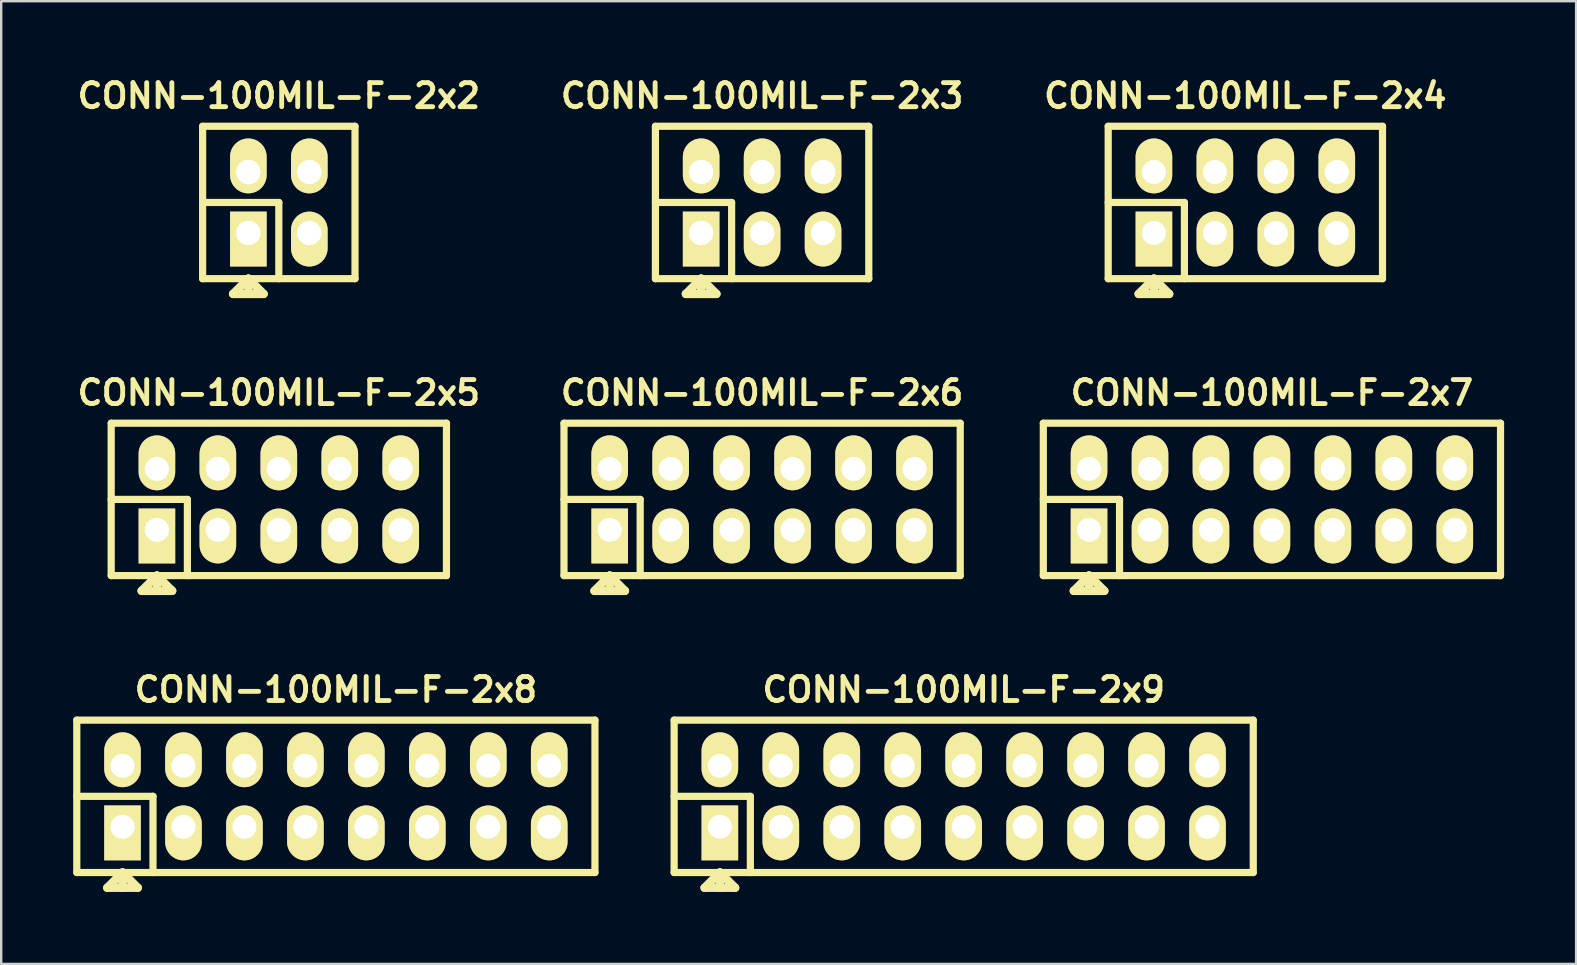
<source format=kicad_pcb>
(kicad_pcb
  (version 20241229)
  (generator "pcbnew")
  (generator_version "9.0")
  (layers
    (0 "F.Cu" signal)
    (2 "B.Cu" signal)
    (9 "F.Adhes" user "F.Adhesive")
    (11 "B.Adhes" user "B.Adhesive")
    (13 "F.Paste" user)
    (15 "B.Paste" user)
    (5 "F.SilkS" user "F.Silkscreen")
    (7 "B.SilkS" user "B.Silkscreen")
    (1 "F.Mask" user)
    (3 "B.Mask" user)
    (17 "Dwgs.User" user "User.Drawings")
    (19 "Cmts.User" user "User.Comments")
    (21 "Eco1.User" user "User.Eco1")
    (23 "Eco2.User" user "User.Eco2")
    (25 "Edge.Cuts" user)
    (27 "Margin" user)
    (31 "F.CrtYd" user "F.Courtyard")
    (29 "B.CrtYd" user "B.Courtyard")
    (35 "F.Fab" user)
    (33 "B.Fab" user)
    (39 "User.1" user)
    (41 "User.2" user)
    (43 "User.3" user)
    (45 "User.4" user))
  (footprint "CONN-100MIL-F-2x2"
    (layer "F.Cu")
    (at 8.568 5.387)
    (property "Reference" "CONN-100MIL-F-2x2" (at 0 -4.445 0) (layer "F.SilkS") (effects (font (size 1.001 1.001) (thickness 0.203))))
    (attr through_hole)
    (fp_line (start -3.175 -3.175) (end 3.175 -3.175) (stroke (width 0.3) (type solid)) (layer "F.SilkS"))
    (fp_line (start -3.175 0) (end 0 0) (stroke (width 0.3) (type solid)) (layer "F.SilkS"))
    (fp_line (start -3.175 3.175) (end -3.175 -3.175) (stroke (width 0.3) (type solid)) (layer "F.SilkS"))
    (fp_line (start -1.905 3.81) (end -0.635 3.81) (stroke (width 0.35) (type solid)) (layer "F.SilkS"))
    (fp_line (start -1.27 3.175) (end -1.905 3.81) (stroke (width 0.35) (type solid)) (layer "F.SilkS"))
    (fp_line (start -1.27 3.175) (end -1.27 3.81) (stroke (width 0.35) (type solid)) (layer "F.SilkS"))
    (fp_line (start -0.635 3.81) (end -1.27 3.175) (stroke (width 0.35) (type solid)) (layer "F.SilkS"))
    (fp_line (start 0 0) (end 0 3.175) (stroke (width 0.3) (type solid)) (layer "F.SilkS"))
    (fp_line (start 3.175 -3.175) (end 3.175 3.175) (stroke (width 0.3) (type solid)) (layer "F.SilkS"))
    (fp_line (start 3.175 3.175) (end -3.175 3.175) (stroke (width 0.3) (type solid)) (layer "F.SilkS"))
    (pad "1" thru_hole rect (at -1.27 1.27) (size 1.524 2.286) (drill 1.016 (offset 0 0.254)) (layers "*.Cu" "*.Mask" "F.SilkS"))
    (pad "2" thru_hole oval (at -1.27 -1.27) (size 1.524 2.286) (drill 1.016 (offset 0 -0.254)) (layers "*.Cu" "*.Mask" "F.SilkS"))
    (pad "3" thru_hole oval (at 1.27 1.27) (size 1.524 2.286) (drill 1.016 (offset 0 0.254)) (layers "*.Cu" "*.Mask" "F.SilkS"))
    (pad "4" thru_hole oval (at 1.27 -1.27) (size 1.524 2.286) (drill 1.016 (offset 0 -0.254)) (layers "*.Cu" "*.Mask" "F.SilkS")))
  (footprint "CONN-100MIL-F-2x3"
    (layer "F.Cu")
    (at 28.705 5.387)
    (property "Reference" "CONN-100MIL-F-2x3" (at 0 -4.445 0) (layer "F.SilkS") (effects (font (size 1.001 1.001) (thickness 0.203))))
    (attr through_hole)
    (fp_line (start -4.445 -3.175) (end 4.445 -3.175) (stroke (width 0.3) (type solid)) (layer "F.SilkS"))
    (fp_line (start -4.445 0) (end -1.27 0) (stroke (width 0.3) (type solid)) (layer "F.SilkS"))
    (fp_line (start -4.445 3.175) (end -4.445 -3.175) (stroke (width 0.3) (type solid)) (layer "F.SilkS"))
    (fp_line (start -3.175 3.81) (end -1.905 3.81) (stroke (width 0.35) (type solid)) (layer "F.SilkS"))
    (fp_line (start -2.54 3.175) (end -3.175 3.81) (stroke (width 0.35) (type solid)) (layer "F.SilkS"))
    (fp_line (start -2.54 3.175) (end -2.54 3.81) (stroke (width 0.35) (type solid)) (layer "F.SilkS"))
    (fp_line (start -1.905 3.81) (end -2.54 3.175) (stroke (width 0.35) (type solid)) (layer "F.SilkS"))
    (fp_line (start -1.27 0) (end -1.27 3.175) (stroke (width 0.3) (type solid)) (layer "F.SilkS"))
    (fp_line (start 4.445 -3.175) (end 4.445 3.175) (stroke (width 0.3) (type solid)) (layer "F.SilkS"))
    (fp_line (start 4.445 3.175) (end -4.445 3.175) (stroke (width 0.3) (type solid)) (layer "F.SilkS"))
    (pad "1" thru_hole rect (at -2.54 1.27) (size 1.524 2.286) (drill 1.016 (offset 0 0.254)) (layers "*.Cu" "*.Mask" "F.SilkS"))
    (pad "2" thru_hole oval (at -2.54 -1.27) (size 1.524 2.286) (drill 1.016 (offset 0 -0.254)) (layers "*.Cu" "*.Mask" "F.SilkS"))
    (pad "3" thru_hole oval (at 0 1.27) (size 1.524 2.286) (drill 1.016 (offset 0 0.254)) (layers "*.Cu" "*.Mask" "F.SilkS"))
    (pad "4" thru_hole oval (at 0 -1.27) (size 1.524 2.286) (drill 1.016 (offset 0 -0.254)) (layers "*.Cu" "*.Mask" "F.SilkS"))
    (pad "5" thru_hole oval (at 2.54 1.27) (size 1.524 2.286) (drill 1.016 (offset 0 0.254)) (layers "*.Cu" "*.Mask" "F.SilkS"))
    (pad "6" thru_hole oval (at 2.54 -1.27) (size 1.524 2.286) (drill 1.016 (offset 0 -0.254)) (layers "*.Cu" "*.Mask" "F.SilkS")))
  (footprint "CONN-100MIL-F-2x5"
    (layer "F.Cu")
    (at 8.568 17.759)
    (property "Reference" "CONN-100MIL-F-2x5" (at 0 -4.445 0) (layer "F.SilkS") (effects (font (size 1.001 1.001) (thickness 0.203))))
    (attr through_hole)
    (fp_line (start -6.985 -3.175) (end 6.985 -3.175) (stroke (width 0.3) (type solid)) (layer "F.SilkS"))
    (fp_line (start -6.985 0) (end -3.81 0) (stroke (width 0.3) (type solid)) (layer "F.SilkS"))
    (fp_line (start -6.985 3.175) (end -6.985 -3.175) (stroke (width 0.3) (type solid)) (layer "F.SilkS"))
    (fp_line (start -5.715 3.81) (end -4.445 3.81) (stroke (width 0.35) (type solid)) (layer "F.SilkS"))
    (fp_line (start -5.08 3.175) (end -5.715 3.81) (stroke (width 0.35) (type solid)) (layer "F.SilkS"))
    (fp_line (start -5.08 3.175) (end -5.08 3.81) (stroke (width 0.35) (type solid)) (layer "F.SilkS"))
    (fp_line (start -4.445 3.81) (end -5.08 3.175) (stroke (width 0.35) (type solid)) (layer "F.SilkS"))
    (fp_line (start -3.81 0) (end -3.81 3.175) (stroke (width 0.3) (type solid)) (layer "F.SilkS"))
    (fp_line (start 6.985 -3.175) (end 6.985 3.175) (stroke (width 0.3) (type solid)) (layer "F.SilkS"))
    (fp_line (start 6.985 3.175) (end -6.985 3.175) (stroke (width 0.3) (type solid)) (layer "F.SilkS"))
    (pad "1" thru_hole rect (at -5.08 1.27) (size 1.524 2.286) (drill 1 (offset 0 0.254)) (layers "*.Cu" "*.Mask" "F.SilkS"))
    (pad "2" thru_hole oval (at -5.08 -1.27) (size 1.524 2.286) (drill 1 (offset 0 -0.254)) (layers "*.Cu" "*.Mask" "F.SilkS"))
    (pad "3" thru_hole oval (at -2.54 1.27) (size 1.524 2.286) (drill 1 (offset 0 0.254)) (layers "*.Cu" "*.Mask" "F.SilkS"))
    (pad "4" thru_hole oval (at -2.54 -1.27) (size 1.524 2.286) (drill 1 (offset 0 -0.254)) (layers "*.Cu" "*.Mask" "F.SilkS"))
    (pad "5" thru_hole oval (at 0 1.27) (size 1.524 2.286) (drill 1 (offset 0 0.254)) (layers "*.Cu" "*.Mask" "F.SilkS"))
    (pad "6" thru_hole oval (at 0 -1.27) (size 1.524 2.286) (drill 1 (offset 0 -0.254)) (layers "*.Cu" "*.Mask" "F.SilkS"))
    (pad "7" thru_hole oval (at 2.54 1.27) (size 1.524 2.286) (drill 1 (offset 0 0.254)) (layers "*.Cu" "*.Mask" "F.SilkS"))
    (pad "8" thru_hole oval (at 2.54 -1.27) (size 1.524 2.286) (drill 1 (offset 0 -0.254)) (layers "*.Cu" "*.Mask" "F.SilkS"))
    (pad "9" thru_hole oval (at 5.08 1.27) (size 1.524 2.286) (drill 1 (offset 0 0.254)) (layers "*.Cu" "*.Mask" "F.SilkS"))
    (pad "10" thru_hole oval (at 5.08 -1.27) (size 1.524 2.286) (drill 1 (offset 0 -0.254)) (layers "*.Cu" "*.Mask" "F.SilkS")))
  (footprint "CONN-100MIL-F-2x8"
    (layer "F.Cu")
    (at 10.945 30.131)
    (property "Reference" "CONN-100MIL-F-2x8" (at 0 -4.445 0) (layer "F.SilkS") (effects (font (size 1.001 1.001) (thickness 0.203))))
    (attr through_hole)
    (fp_line (start -10.795 -3.175) (end 10.795 -3.175) (stroke (width 0.3) (type solid)) (layer "F.SilkS"))
    (fp_line (start -10.795 0) (end -7.62 0) (stroke (width 0.3) (type solid)) (layer "F.SilkS"))
    (fp_line (start -10.795 3.175) (end -10.795 -3.175) (stroke (width 0.3) (type solid)) (layer "F.SilkS"))
    (fp_line (start -9.525 3.81) (end -8.255 3.81) (stroke (width 0.35) (type solid)) (layer "F.SilkS"))
    (fp_line (start -8.89 3.175) (end -9.525 3.81) (stroke (width 0.35) (type solid)) (layer "F.SilkS"))
    (fp_line (start -8.89 3.175) (end -8.89 3.81) (stroke (width 0.35) (type solid)) (layer "F.SilkS"))
    (fp_line (start -8.255 3.81) (end -8.89 3.175) (stroke (width 0.35) (type solid)) (layer "F.SilkS"))
    (fp_line (start -7.62 0) (end -7.62 3.175) (stroke (width 0.3) (type solid)) (layer "F.SilkS"))
    (fp_line (start 10.795 -3.175) (end 10.795 3.175) (stroke (width 0.3) (type solid)) (layer "F.SilkS"))
    (fp_line (start 10.795 3.175) (end -10.795 3.175) (stroke (width 0.3) (type solid)) (layer "F.SilkS"))
    (pad "1" thru_hole rect (at -8.89 1.27) (size 1.524 2.286) (drill 1 (offset 0 0.254)) (layers "*.Cu" "*.Mask" "F.SilkS"))
    (pad "2" thru_hole oval (at -8.89 -1.27) (size 1.524 2.286) (drill 1 (offset 0 -0.254)) (layers "*.Cu" "*.Mask" "F.SilkS"))
    (pad "3" thru_hole oval (at -6.35 1.27) (size 1.524 2.286) (drill 1 (offset 0 0.254)) (layers "*.Cu" "*.Mask" "F.SilkS"))
    (pad "4" thru_hole oval (at -6.35 -1.27) (size 1.524 2.286) (drill 1 (offset 0 -0.254)) (layers "*.Cu" "*.Mask" "F.SilkS"))
    (pad "5" thru_hole oval (at -3.81 1.27) (size 1.524 2.286) (drill 1 (offset 0 0.254)) (layers "*.Cu" "*.Mask" "F.SilkS"))
    (pad "6" thru_hole oval (at -3.81 -1.27) (size 1.524 2.286) (drill 1 (offset 0 -0.254)) (layers "*.Cu" "*.Mask" "F.SilkS"))
    (pad "7" thru_hole oval (at -1.27 1.27) (size 1.524 2.286) (drill 1 (offset 0 0.254)) (layers "*.Cu" "*.Mask" "F.SilkS"))
    (pad "8" thru_hole oval (at -1.27 -1.27) (size 1.524 2.286) (drill 1 (offset 0 -0.254)) (layers "*.Cu" "*.Mask" "F.SilkS"))
    (pad "9" thru_hole oval (at 1.27 1.27) (size 1.524 2.286) (drill 1 (offset 0 0.254)) (layers "*.Cu" "*.Mask" "F.SilkS"))
    (pad "10" thru_hole oval (at 1.27 -1.27) (size 1.524 2.286) (drill 1 (offset 0 -0.254)) (layers "*.Cu" "*.Mask" "F.SilkS"))
    (pad "11" thru_hole oval (at 3.81 1.27) (size 1.524 2.286) (drill 1 (offset 0 0.254)) (layers "*.Cu" "*.Mask" "F.SilkS"))
    (pad "12" thru_hole oval (at 3.81 -1.27) (size 1.524 2.286) (drill 1 (offset 0 -0.254)) (layers "*.Cu" "*.Mask" "F.SilkS"))
    (pad "13" thru_hole oval (at 6.35 1.27) (size 1.524 2.286) (drill 1 (offset 0 0.254)) (layers "*.Cu" "*.Mask" "F.SilkS"))
    (pad "14" thru_hole oval (at 6.35 -1.27) (size 1.524 2.286) (drill 1 (offset 0 -0.254)) (layers "*.Cu" "*.Mask" "F.SilkS"))
    (pad "15" thru_hole oval (at 8.89 1.27) (size 1.524 2.286) (drill 1 (offset 0 0.254)) (layers "*.Cu" "*.Mask" "F.SilkS"))
    (pad "16" thru_hole oval (at 8.89 -1.27) (size 1.524 2.286) (drill 1 (offset 0 -0.254)) (layers "*.Cu" "*.Mask" "F.SilkS")))
  (footprint "CONN-100MIL-F-2x4"
    (layer "F.Cu")
    (at 48.841 5.387)
    (property "Reference" "CONN-100MIL-F-2x4" (at 0 -4.445 0) (layer "F.SilkS") (effects (font (size 1.001 1.001) (thickness 0.203))))
    (attr through_hole)
    (fp_line (start -5.715 -3.175) (end 5.715 -3.175) (stroke (width 0.3) (type solid)) (layer "F.SilkS"))
    (fp_line (start -5.715 0) (end -2.54 0) (stroke (width 0.3) (type solid)) (layer "F.SilkS"))
    (fp_line (start -5.715 3.175) (end -5.715 -3.175) (stroke (width 0.3) (type solid)) (layer "F.SilkS"))
    (fp_line (start -4.445 3.81) (end -3.175 3.81) (stroke (width 0.35) (type solid)) (layer "F.SilkS"))
    (fp_line (start -3.81 3.175) (end -4.445 3.81) (stroke (width 0.35) (type solid)) (layer "F.SilkS"))
    (fp_line (start -3.81 3.175) (end -3.81 3.81) (stroke (width 0.35) (type solid)) (layer "F.SilkS"))
    (fp_line (start -3.175 3.81) (end -3.81 3.175) (stroke (width 0.35) (type solid)) (layer "F.SilkS"))
    (fp_line (start -2.54 0) (end -2.54 3.175) (stroke (width 0.3) (type solid)) (layer "F.SilkS"))
    (fp_line (start 5.715 -3.175) (end 5.715 3.175) (stroke (width 0.3) (type solid)) (layer "F.SilkS"))
    (fp_line (start 5.715 3.175) (end -5.715 3.175) (stroke (width 0.3) (type solid)) (layer "F.SilkS"))
    (pad "1" thru_hole rect (at -3.81 1.27) (size 1.524 2.286) (drill 1 (offset 0 0.254)) (layers "*.Cu" "*.Mask" "F.SilkS"))
    (pad "2" thru_hole oval (at -3.81 -1.27) (size 1.524 2.286) (drill 1 (offset 0 -0.254)) (layers "*.Cu" "*.Mask" "F.SilkS"))
    (pad "3" thru_hole oval (at -1.27 1.27) (size 1.524 2.286) (drill 1 (offset 0 0.254)) (layers "*.Cu" "*.Mask" "F.SilkS"))
    (pad "4" thru_hole oval (at -1.27 -1.27) (size 1.524 2.286) (drill 1 (offset 0 -0.254)) (layers "*.Cu" "*.Mask" "F.SilkS"))
    (pad "5" thru_hole oval (at 1.27 1.27) (size 1.524 2.286) (drill 1 (offset 0 0.254)) (layers "*.Cu" "*.Mask" "F.SilkS"))
    (pad "6" thru_hole oval (at 1.27 -1.27) (size 1.524 2.286) (drill 1 (offset 0 -0.254)) (layers "*.Cu" "*.Mask" "F.SilkS"))
    (pad "7" thru_hole oval (at 3.81 1.27) (size 1.524 2.286) (drill 1 (offset 0 0.254)) (layers "*.Cu" "*.Mask" "F.SilkS"))
    (pad "8" thru_hole oval (at 3.81 -1.27) (size 1.524 2.286) (drill 1 (offset 0 -0.254)) (layers "*.Cu" "*.Mask" "F.SilkS")))
  (footprint "CONN-100MIL-F-2x7"
    (layer "F.Cu")
    (at 49.948 17.759)
    (property "Reference" "CONN-100MIL-F-2x7" (at 0 -4.445 0) (layer "F.SilkS") (effects (font (size 1.001 1.001) (thickness 0.203))))
    (attr through_hole)
    (fp_line (start -9.525 -3.175) (end 9.525 -3.175) (stroke (width 0.3) (type solid)) (layer "F.SilkS"))
    (fp_line (start -9.525 0) (end -6.35 0) (stroke (width 0.3) (type solid)) (layer "F.SilkS"))
    (fp_line (start -9.525 3.175) (end -9.525 -3.175) (stroke (width 0.3) (type solid)) (layer "F.SilkS"))
    (fp_line (start -8.255 3.81) (end -6.985 3.81) (stroke (width 0.35) (type solid)) (layer "F.SilkS"))
    (fp_line (start -7.62 3.175) (end -8.255 3.81) (stroke (width 0.35) (type solid)) (layer "F.SilkS"))
    (fp_line (start -7.62 3.175) (end -7.62 3.81) (stroke (width 0.35) (type solid)) (layer "F.SilkS"))
    (fp_line (start -6.985 3.81) (end -7.62 3.175) (stroke (width 0.35) (type solid)) (layer "F.SilkS"))
    (fp_line (start -6.35 0) (end -6.35 3.175) (stroke (width 0.3) (type solid)) (layer "F.SilkS"))
    (fp_line (start 9.525 -3.175) (end 9.525 3.175) (stroke (width 0.3) (type solid)) (layer "F.SilkS"))
    (fp_line (start 9.525 3.175) (end -9.525 3.175) (stroke (width 0.3) (type solid)) (layer "F.SilkS"))
    (pad "1" thru_hole rect (at -7.62 1.27) (size 1.524 2.286) (drill 1 (offset 0 0.254)) (layers "*.Cu" "*.Mask" "F.SilkS"))
    (pad "2" thru_hole oval (at -7.62 -1.27) (size 1.524 2.286) (drill 1 (offset 0 -0.254)) (layers "*.Cu" "*.Mask" "F.SilkS"))
    (pad "3" thru_hole oval (at -5.08 1.27) (size 1.524 2.286) (drill 1 (offset 0 0.254)) (layers "*.Cu" "*.Mask" "F.SilkS"))
    (pad "4" thru_hole oval (at -5.08 -1.27) (size 1.524 2.286) (drill 1 (offset 0 -0.254)) (layers "*.Cu" "*.Mask" "F.SilkS"))
    (pad "5" thru_hole oval (at -2.54 1.27) (size 1.524 2.286) (drill 1 (offset 0 0.254)) (layers "*.Cu" "*.Mask" "F.SilkS"))
    (pad "6" thru_hole oval (at -2.54 -1.27) (size 1.524 2.286) (drill 1 (offset 0 -0.254)) (layers "*.Cu" "*.Mask" "F.SilkS"))
    (pad "7" thru_hole oval (at 0 1.27) (size 1.524 2.286) (drill 1 (offset 0 0.254)) (layers "*.Cu" "*.Mask" "F.SilkS"))
    (pad "8" thru_hole oval (at 0 -1.27) (size 1.524 2.286) (drill 1 (offset 0 -0.254)) (layers "*.Cu" "*.Mask" "F.SilkS"))
    (pad "9" thru_hole oval (at 2.54 1.27) (size 1.524 2.286) (drill 1 (offset 0 0.254)) (layers "*.Cu" "*.Mask" "F.SilkS"))
    (pad "10" thru_hole oval (at 2.54 -1.27) (size 1.524 2.286) (drill 1 (offset 0 -0.254)) (layers "*.Cu" "*.Mask" "F.SilkS"))
    (pad "11" thru_hole oval (at 5.08 1.27) (size 1.524 2.286) (drill 1 (offset 0 0.254)) (layers "*.Cu" "*.Mask" "F.SilkS"))
    (pad "12" thru_hole oval (at 5.08 -1.27) (size 1.524 2.286) (drill 1 (offset 0 -0.254)) (layers "*.Cu" "*.Mask" "F.SilkS"))
    (pad "13" thru_hole oval (at 7.62 1.27) (size 1.524 2.286) (drill 1 (offset 0 0.254)) (layers "*.Cu" "*.Mask" "F.SilkS"))
    (pad "14" thru_hole oval (at 7.62 -1.27) (size 1.524 2.286) (drill 1 (offset 0 -0.254)) (layers "*.Cu" "*.Mask" "F.SilkS")))
  (footprint "CONN-100MIL-F-2x9"
    (layer "F.Cu")
    (at 37.105 30.131)
    (property "Reference" "CONN-100MIL-F-2x9" (at 0 -4.445 0) (layer "F.SilkS") (effects (font (size 1.001 1.001) (thickness 0.203))))
    (attr through_hole)
    (fp_line (start -12.065 -3.175) (end 12.065 -3.175) (stroke (width 0.3) (type solid)) (layer "F.SilkS"))
    (fp_line (start -12.065 0) (end -8.89 0) (stroke (width 0.3) (type solid)) (layer "F.SilkS"))
    (fp_line (start -12.065 3.175) (end -12.065 -3.175) (stroke (width 0.3) (type solid)) (layer "F.SilkS"))
    (fp_line (start -10.795 3.81) (end -9.525 3.81) (stroke (width 0.35) (type solid)) (layer "F.SilkS"))
    (fp_line (start -10.16 3.175) (end -10.795 3.81) (stroke (width 0.35) (type solid)) (layer "F.SilkS"))
    (fp_line (start -10.16 3.175) (end -10.16 3.81) (stroke (width 0.35) (type solid)) (layer "F.SilkS"))
    (fp_line (start -9.525 3.81) (end -10.16 3.175) (stroke (width 0.35) (type solid)) (layer "F.SilkS"))
    (fp_line (start -8.89 0) (end -8.89 3.175) (stroke (width 0.3) (type solid)) (layer "F.SilkS"))
    (fp_line (start 12.065 -3.175) (end 12.065 3.175) (stroke (width 0.3) (type solid)) (layer "F.SilkS"))
    (fp_line (start 12.065 3.175) (end -12.065 3.175) (stroke (width 0.3) (type solid)) (layer "F.SilkS"))
    (pad "1" thru_hole rect (at -10.16 1.27) (size 1.524 2.286) (drill 1 (offset 0 0.254)) (layers "*.Cu" "*.Mask" "F.SilkS"))
    (pad "2" thru_hole oval (at -10.16 -1.27) (size 1.524 2.286) (drill 1 (offset 0 -0.254)) (layers "*.Cu" "*.Mask" "F.SilkS"))
    (pad "3" thru_hole oval (at -7.62 1.27) (size 1.524 2.286) (drill 1 (offset 0 0.254)) (layers "*.Cu" "*.Mask" "F.SilkS"))
    (pad "4" thru_hole oval (at -7.62 -1.27) (size 1.524 2.286) (drill 1 (offset 0 -0.254)) (layers "*.Cu" "*.Mask" "F.SilkS"))
    (pad "5" thru_hole oval (at -5.08 1.27) (size 1.524 2.286) (drill 1 (offset 0 0.254)) (layers "*.Cu" "*.Mask" "F.SilkS"))
    (pad "6" thru_hole oval (at -5.08 -1.27) (size 1.524 2.286) (drill 1 (offset 0 -0.254)) (layers "*.Cu" "*.Mask" "F.SilkS"))
    (pad "7" thru_hole oval (at -2.54 1.27) (size 1.524 2.286) (drill 1 (offset 0 0.254)) (layers "*.Cu" "*.Mask" "F.SilkS"))
    (pad "8" thru_hole oval (at -2.54 -1.27) (size 1.524 2.286) (drill 1 (offset 0 -0.254)) (layers "*.Cu" "*.Mask" "F.SilkS"))
    (pad "9" thru_hole oval (at 0 1.27) (size 1.524 2.286) (drill 1 (offset 0 0.254)) (layers "*.Cu" "*.Mask" "F.SilkS"))
    (pad "10" thru_hole oval (at 0 -1.27) (size 1.524 2.286) (drill 1 (offset 0 -0.254)) (layers "*.Cu" "*.Mask" "F.SilkS"))
    (pad "11" thru_hole oval (at 2.54 1.27) (size 1.524 2.286) (drill 1 (offset 0 0.254)) (layers "*.Cu" "*.Mask" "F.SilkS"))
    (pad "12" thru_hole oval (at 2.54 -1.27) (size 1.524 2.286) (drill 1 (offset 0 -0.254)) (layers "*.Cu" "*.Mask" "F.SilkS"))
    (pad "13" thru_hole oval (at 5.08 1.27) (size 1.524 2.286) (drill 1 (offset 0 0.254)) (layers "*.Cu" "*.Mask" "F.SilkS"))
    (pad "14" thru_hole oval (at 5.08 -1.27) (size 1.524 2.286) (drill 1 (offset 0 -0.254)) (layers "*.Cu" "*.Mask" "F.SilkS"))
    (pad "15" thru_hole oval (at 7.62 1.27) (size 1.524 2.286) (drill 1 (offset 0 0.254)) (layers "*.Cu" "*.Mask" "F.SilkS"))
    (pad "16" thru_hole oval (at 7.62 -1.27) (size 1.524 2.286) (drill 1 (offset 0 -0.254)) (layers "*.Cu" "*.Mask" "F.SilkS"))
    (pad "17" thru_hole oval (at 10.16 1.27) (size 1.524 2.286) (drill 1 (offset 0 0.254)) (layers "*.Cu" "*.Mask" "F.SilkS"))
    (pad "18" thru_hole oval (at 10.16 -1.27) (size 1.524 2.286) (drill 1 (offset 0 -0.254)) (layers "*.Cu" "*.Mask" "F.SilkS")))
  (footprint "CONN-100MIL-F-2x6"
    (layer "F.Cu")
    (at 28.705 17.759)
    (property "Reference" "CONN-100MIL-F-2x6" (at 0 -4.445 0) (layer "F.SilkS") (effects (font (size 1.001 1.001) (thickness 0.203))))
    (attr through_hole)
    (fp_line (start -8.255 -3.175) (end 8.255 -3.175) (stroke (width 0.3) (type solid)) (layer "F.SilkS"))
    (fp_line (start -8.255 0) (end -5.08 0) (stroke (width 0.3) (type solid)) (layer "F.SilkS"))
    (fp_line (start -8.255 3.175) (end -8.255 -3.175) (stroke (width 0.3) (type solid)) (layer "F.SilkS"))
    (fp_line (start -6.985 3.81) (end -5.715 3.81) (stroke (width 0.35) (type solid)) (layer "F.SilkS"))
    (fp_line (start -6.35 3.175) (end -6.985 3.81) (stroke (width 0.35) (type solid)) (layer "F.SilkS"))
    (fp_line (start -6.35 3.175) (end -6.35 3.81) (stroke (width 0.35) (type solid)) (layer "F.SilkS"))
    (fp_line (start -5.715 3.81) (end -6.35 3.175) (stroke (width 0.35) (type solid)) (layer "F.SilkS"))
    (fp_line (start -5.08 0) (end -5.08 3.175) (stroke (width 0.3) (type solid)) (layer "F.SilkS"))
    (fp_line (start 8.255 -3.175) (end 8.255 3.175) (stroke (width 0.3) (type solid)) (layer "F.SilkS"))
    (fp_line (start 8.255 3.175) (end -8.255 3.175) (stroke (width 0.3) (type solid)) (layer "F.SilkS"))
    (pad "1" thru_hole rect (at -6.35 1.27) (size 1.524 2.286) (drill 1 (offset 0 0.254)) (layers "*.Cu" "*.Mask" "F.SilkS"))
    (pad "2" thru_hole oval (at -6.35 -1.27) (size 1.524 2.286) (drill 1 (offset 0 -0.254)) (layers "*.Cu" "*.Mask" "F.SilkS"))
    (pad "3" thru_hole oval (at -3.81 1.27) (size 1.524 2.286) (drill 1 (offset 0 0.254)) (layers "*.Cu" "*.Mask" "F.SilkS"))
    (pad "4" thru_hole oval (at -3.81 -1.27) (size 1.524 2.286) (drill 1 (offset 0 -0.254)) (layers "*.Cu" "*.Mask" "F.SilkS"))
    (pad "5" thru_hole oval (at -1.27 1.27) (size 1.524 2.286) (drill 1 (offset 0 0.254)) (layers "*.Cu" "*.Mask" "F.SilkS"))
    (pad "6" thru_hole oval (at -1.27 -1.27) (size 1.524 2.286) (drill 1 (offset 0 -0.254)) (layers "*.Cu" "*.Mask" "F.SilkS"))
    (pad "7" thru_hole oval (at 1.27 1.27) (size 1.524 2.286) (drill 1 (offset 0 0.254)) (layers "*.Cu" "*.Mask" "F.SilkS"))
    (pad "8" thru_hole oval (at 1.27 -1.27) (size 1.524 2.286) (drill 1 (offset 0 -0.254)) (layers "*.Cu" "*.Mask" "F.SilkS"))
    (pad "9" thru_hole oval (at 3.81 1.27) (size 1.524 2.286) (drill 1 (offset 0 0.254)) (layers "*.Cu" "*.Mask" "F.SilkS"))
    (pad "10" thru_hole oval (at 3.81 -1.27) (size 1.524 2.286) (drill 1 (offset 0 -0.254)) (layers "*.Cu" "*.Mask" "F.SilkS"))
    (pad "11" thru_hole oval (at 6.35 1.27) (size 1.524 2.286) (drill 1 (offset 0 0.254)) (layers "*.Cu" "*.Mask" "F.SilkS"))
    (pad "12" thru_hole oval (at 6.35 -1.27) (size 1.524 2.286) (drill 1 (offset 0 -0.254)) (layers "*.Cu" "*.Mask" "F.SilkS")))
  (gr_rect
    (start -3 -3)
    (end 62.623 37.116)
    (stroke (width 0.1) (type default))
    (fill no)
    (layer "Edge.Cuts")))
</source>
